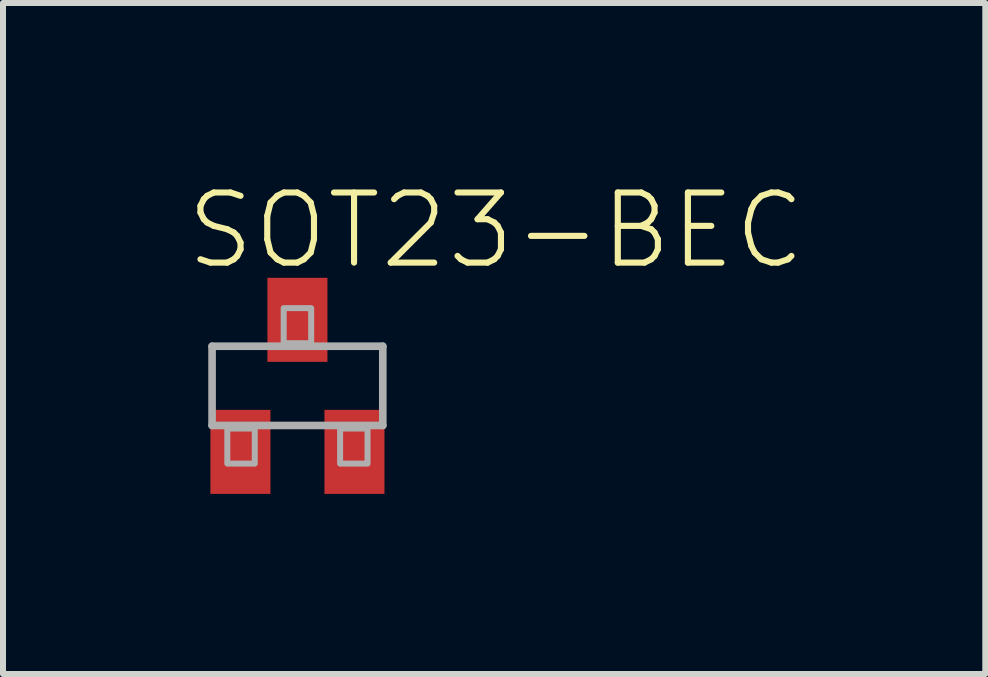
<source format=kicad_pcb>
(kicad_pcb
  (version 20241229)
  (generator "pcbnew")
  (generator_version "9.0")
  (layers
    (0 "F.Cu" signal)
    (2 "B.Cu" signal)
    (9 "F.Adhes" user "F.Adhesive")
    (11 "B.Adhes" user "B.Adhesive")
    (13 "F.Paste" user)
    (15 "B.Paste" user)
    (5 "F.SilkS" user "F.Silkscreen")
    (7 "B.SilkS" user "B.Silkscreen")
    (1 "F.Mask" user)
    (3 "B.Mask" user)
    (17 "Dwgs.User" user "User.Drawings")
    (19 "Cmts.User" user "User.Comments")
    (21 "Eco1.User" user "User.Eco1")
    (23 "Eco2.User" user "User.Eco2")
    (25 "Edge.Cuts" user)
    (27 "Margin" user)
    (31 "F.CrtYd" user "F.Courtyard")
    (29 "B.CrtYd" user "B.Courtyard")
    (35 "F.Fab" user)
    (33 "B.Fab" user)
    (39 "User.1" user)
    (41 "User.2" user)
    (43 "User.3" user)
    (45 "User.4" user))
  (footprint "SOT23-BEC"
    (layer "F.Cu")
    (at 1.905 3.378)
    (property "Reference" "SOT23-BEC" (at -1.905 -1.905 0) (layer "F.SilkS") (effects (font (size 1.168 1.168) (thickness 0.102)) (justify left bottom)))
    (fp_line (start -1.422 -0.66) (end 1.422 -0.66) (stroke (width 0.127) (type solid)) (layer "F.Fab"))
    (fp_line (start -1.422 0.66) (end -1.422 -0.66) (stroke (width 0.127) (type solid)) (layer "F.Fab"))
    (fp_line (start 1.422 -0.66) (end 1.422 0.66) (stroke (width 0.127) (type solid)) (layer "F.Fab"))
    (fp_line (start 1.422 0.66) (end -1.422 0.66) (stroke (width 0.127) (type solid)) (layer "F.Fab"))
    (fp_poly (pts (xy -1.168 1.295) (xy -0.711 1.295) (xy -0.711 0.711) (xy -1.168 0.711)) (stroke (width 0.1) (type solid)) (fill no) (layer "F.Fab"))
    (fp_poly (pts (xy -0.229 -0.711) (xy 0.229 -0.711) (xy 0.229 -1.295) (xy -0.229 -1.295)) (stroke (width 0.1) (type solid)) (fill no) (layer "F.Fab"))
    (fp_poly (pts (xy 0.711 1.295) (xy 1.168 1.295) (xy 1.168 0.711) (xy 0.711 0.711)) (stroke (width 0.1) (type solid)) (fill no) (layer "F.Fab"))
    (pad "B" smd rect (at -0.95 1.1) (size 1 1.4) (layers "F.Cu" "F.Mask" "F.Paste"))
    (pad "C" smd rect (at 0 -1.1) (size 1 1.4) (layers "F.Cu" "F.Mask" "F.Paste"))
    (pad "E" smd rect (at 0.95 1.1) (size 1 1.4) (layers "F.Cu" "F.Mask" "F.Paste")))
  (gr_rect
    (start -3 -3)
    (end 13.364 8.178)
    (stroke (width 0.1) (type default))
    (fill no)
    (layer "Edge.Cuts")))
</source>
